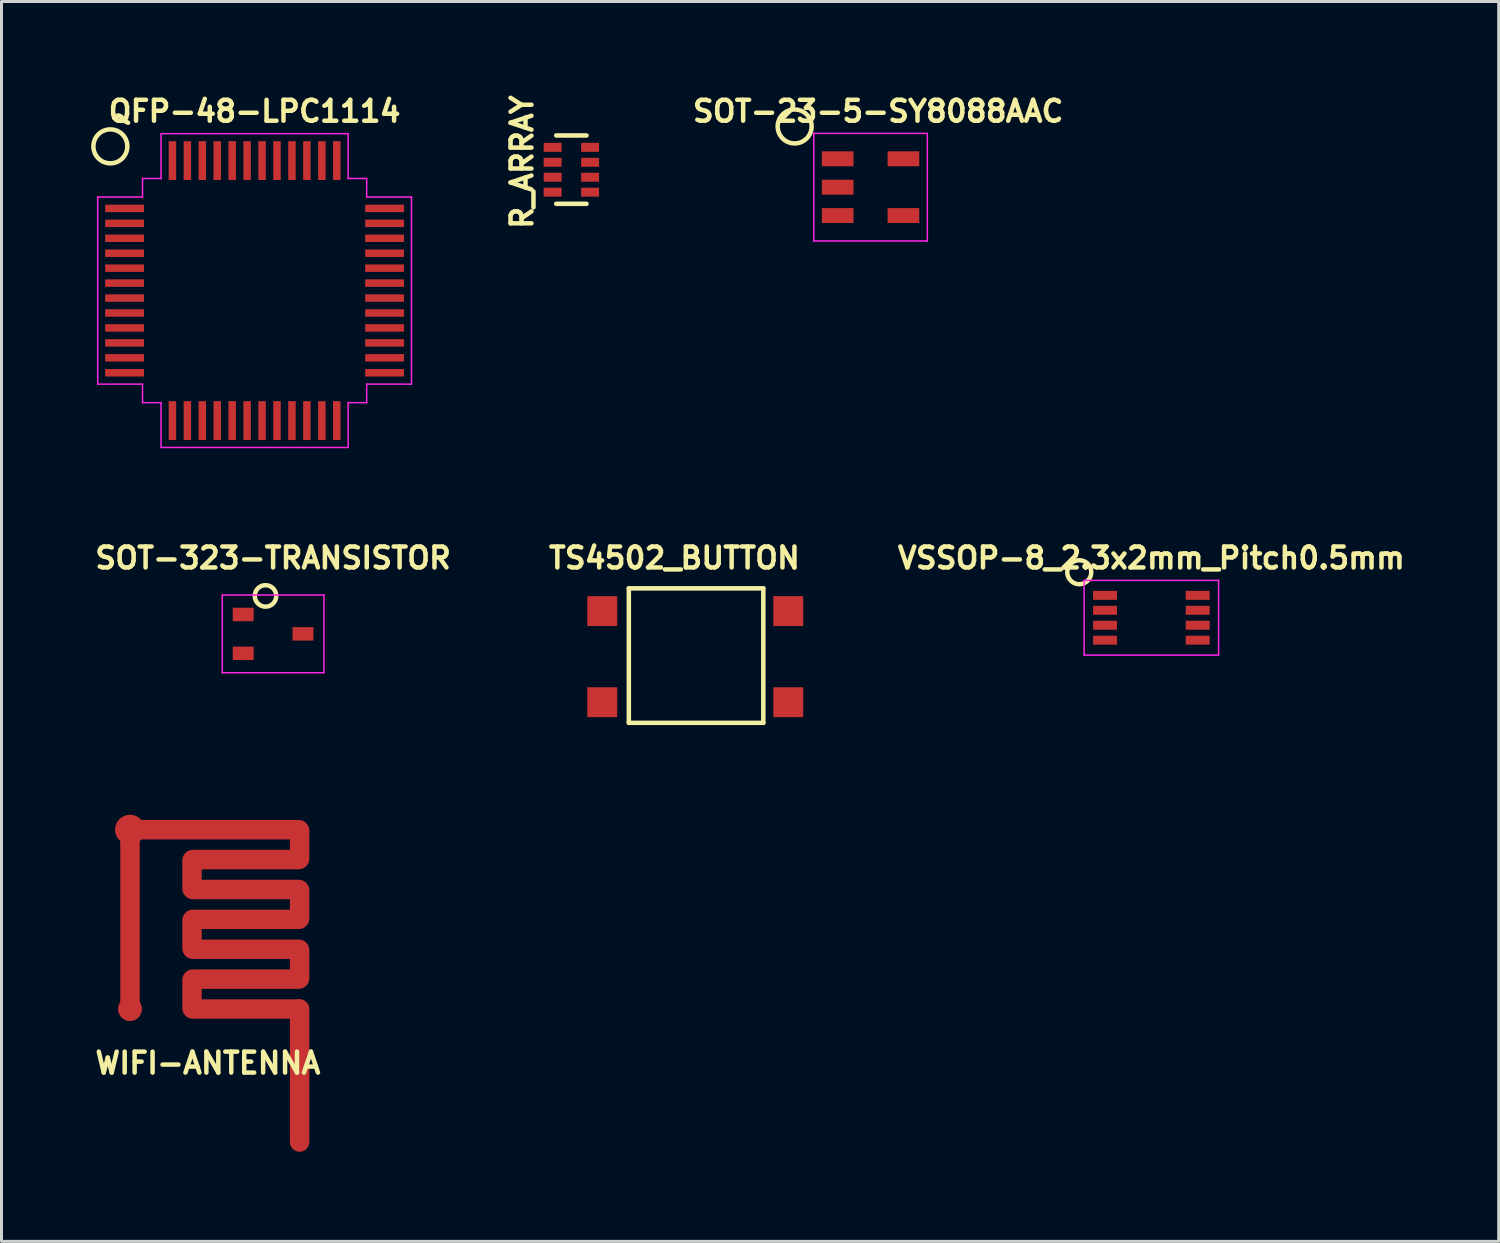
<source format=kicad_pcb>
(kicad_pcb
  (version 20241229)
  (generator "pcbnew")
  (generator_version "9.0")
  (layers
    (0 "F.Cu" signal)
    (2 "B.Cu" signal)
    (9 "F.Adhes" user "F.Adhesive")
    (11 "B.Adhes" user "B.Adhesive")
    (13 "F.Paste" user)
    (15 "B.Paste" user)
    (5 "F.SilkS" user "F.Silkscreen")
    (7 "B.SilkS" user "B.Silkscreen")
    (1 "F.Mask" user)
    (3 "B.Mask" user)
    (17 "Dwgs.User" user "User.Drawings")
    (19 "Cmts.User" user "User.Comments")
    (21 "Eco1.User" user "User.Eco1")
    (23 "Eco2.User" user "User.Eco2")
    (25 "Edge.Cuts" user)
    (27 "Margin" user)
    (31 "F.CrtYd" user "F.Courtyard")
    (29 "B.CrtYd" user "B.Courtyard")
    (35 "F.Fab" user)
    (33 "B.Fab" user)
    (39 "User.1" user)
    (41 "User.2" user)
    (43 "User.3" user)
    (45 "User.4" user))
  (footprint "QFP-48-LPC1114"
    (layer "F.Cu")
    (at 5.469 6.673)
    (property "Reference" "QFP-48-LPC1114" (at 0 -6 0) (layer "F.SilkS") (effects (font (size 0.7 0.7) (thickness 0.15))))
    (attr smd)
    (fp_circle (center -4.826 -4.826) (end -4.572 -4.318) (stroke (width 0.15) (type solid)) (fill no) (layer "F.SilkS"))
    (fp_line (start -5.25 -3.13) (end -5.25 3.13) (stroke (width 0.05) (type solid)) (layer "F.CrtYd"))
    (fp_line (start -3.75 -3.13) (end -5.25 -3.13) (stroke (width 0.05) (type solid)) (layer "F.CrtYd"))
    (fp_line (start -3.75 -3.13) (end -3.75 -3.75) (stroke (width 0.05) (type solid)) (layer "F.CrtYd"))
    (fp_line (start -3.75 3.13) (end -5.25 3.13) (stroke (width 0.05) (type solid)) (layer "F.CrtYd"))
    (fp_line (start -3.75 3.13) (end -3.75 3.75) (stroke (width 0.05) (type solid)) (layer "F.CrtYd"))
    (fp_line (start -3.13 -5.25) (end 3.13 -5.25) (stroke (width 0.05) (type solid)) (layer "F.CrtYd"))
    (fp_line (start -3.13 -3.75) (end -3.75 -3.75) (stroke (width 0.05) (type solid)) (layer "F.CrtYd"))
    (fp_line (start -3.13 -3.75) (end -3.13 -5.25) (stroke (width 0.05) (type solid)) (layer "F.CrtYd"))
    (fp_line (start -3.13 3.75) (end -3.75 3.75) (stroke (width 0.05) (type solid)) (layer "F.CrtYd"))
    (fp_line (start -3.13 3.75) (end -3.13 5.25) (stroke (width 0.05) (type solid)) (layer "F.CrtYd"))
    (fp_line (start -3.13 5.25) (end 3.13 5.25) (stroke (width 0.05) (type solid)) (layer "F.CrtYd"))
    (fp_line (start 3.13 -3.75) (end 3.13 -5.25) (stroke (width 0.05) (type solid)) (layer "F.CrtYd"))
    (fp_line (start 3.13 -3.75) (end 3.75 -3.75) (stroke (width 0.05) (type solid)) (layer "F.CrtYd"))
    (fp_line (start 3.13 3.75) (end 3.75 3.75) (stroke (width 0.05) (type solid)) (layer "F.CrtYd"))
    (fp_line (start 3.13 5.25) (end 3.13 3.75) (stroke (width 0.05) (type solid)) (layer "F.CrtYd"))
    (fp_line (start 3.75 -3.13) (end 3.75 -3.75) (stroke (width 0.05) (type solid)) (layer "F.CrtYd"))
    (fp_line (start 3.75 -3.13) (end 5.25 -3.13) (stroke (width 0.05) (type solid)) (layer "F.CrtYd"))
    (fp_line (start 3.75 3.13) (end 3.75 3.75) (stroke (width 0.05) (type solid)) (layer "F.CrtYd"))
    (fp_line (start 3.75 3.13) (end 5.25 3.13) (stroke (width 0.05) (type solid)) (layer "F.CrtYd"))
    (fp_line (start 5.25 -3.13) (end 5.25 3.13) (stroke (width 0.05) (type solid)) (layer "F.CrtYd"))
    (pad "1" smd rect (at -4.35 -2.75) (size 1.3 0.25) (layers "F.Cu" "F.Mask" "F.Paste"))
    (pad "2" smd rect (at -4.35 -2.25) (size 1.3 0.25) (layers "F.Cu" "F.Mask" "F.Paste"))
    (pad "3" smd rect (at -4.35 -1.75) (size 1.3 0.25) (layers "F.Cu" "F.Mask" "F.Paste"))
    (pad "4" smd rect (at -4.35 -1.25) (size 1.3 0.25) (layers "F.Cu" "F.Mask" "F.Paste"))
    (pad "5" smd rect (at -4.35 -0.75) (size 1.3 0.25) (layers "F.Cu" "F.Mask" "F.Paste"))
    (pad "6" smd rect (at -4.35 -0.25) (size 1.3 0.25) (layers "F.Cu" "F.Mask" "F.Paste"))
    (pad "7" smd rect (at -4.35 0.25) (size 1.3 0.25) (layers "F.Cu" "F.Mask" "F.Paste"))
    (pad "8" smd rect (at -4.35 0.75) (size 1.3 0.25) (layers "F.Cu" "F.Mask" "F.Paste"))
    (pad "9" smd rect (at -4.35 1.25) (size 1.3 0.25) (layers "F.Cu" "F.Mask" "F.Paste"))
    (pad "10" smd rect (at -4.35 1.75) (size 1.3 0.25) (layers "F.Cu" "F.Mask" "F.Paste"))
    (pad "11" smd rect (at -4.35 2.25) (size 1.3 0.25) (layers "F.Cu" "F.Mask" "F.Paste"))
    (pad "12" smd rect (at -4.35 2.75) (size 1.3 0.25) (layers "F.Cu" "F.Mask" "F.Paste"))
    (pad "13" smd rect (at -2.75 4.35 90) (size 1.3 0.25) (layers "F.Cu" "F.Mask" "F.Paste"))
    (pad "14" smd rect (at -2.25 4.35 90) (size 1.3 0.25) (layers "F.Cu" "F.Mask" "F.Paste"))
    (pad "15" smd rect (at -1.75 4.35 90) (size 1.3 0.25) (layers "F.Cu" "F.Mask" "F.Paste"))
    (pad "16" smd rect (at -1.25 4.35 90) (size 1.3 0.25) (layers "F.Cu" "F.Mask" "F.Paste"))
    (pad "17" smd rect (at -0.75 4.35 90) (size 1.3 0.25) (layers "F.Cu" "F.Mask" "F.Paste"))
    (pad "18" smd rect (at -0.25 4.35 90) (size 1.3 0.25) (layers "F.Cu" "F.Mask" "F.Paste"))
    (pad "19" smd rect (at 0.25 4.35 90) (size 1.3 0.25) (layers "F.Cu" "F.Mask" "F.Paste"))
    (pad "20" smd rect (at 0.75 4.35 90) (size 1.3 0.25) (layers "F.Cu" "F.Mask" "F.Paste"))
    (pad "21" smd rect (at 1.25 4.35 90) (size 1.3 0.25) (layers "F.Cu" "F.Mask" "F.Paste"))
    (pad "22" smd rect (at 1.75 4.35 90) (size 1.3 0.25) (layers "F.Cu" "F.Mask" "F.Paste"))
    (pad "23" smd rect (at 2.25 4.35 90) (size 1.3 0.25) (layers "F.Cu" "F.Mask" "F.Paste"))
    (pad "24" smd rect (at 2.75 4.35 90) (size 1.3 0.25) (layers "F.Cu" "F.Mask" "F.Paste"))
    (pad "25" smd rect (at 4.35 2.75) (size 1.3 0.25) (layers "F.Cu" "F.Mask" "F.Paste"))
    (pad "26" smd rect (at 4.35 2.25) (size 1.3 0.25) (layers "F.Cu" "F.Mask" "F.Paste"))
    (pad "27" smd rect (at 4.35 1.75) (size 1.3 0.25) (layers "F.Cu" "F.Mask" "F.Paste"))
    (pad "28" smd rect (at 4.35 1.25) (size 1.3 0.25) (layers "F.Cu" "F.Mask" "F.Paste"))
    (pad "29" smd rect (at 4.35 0.75) (size 1.3 0.25) (layers "F.Cu" "F.Mask" "F.Paste"))
    (pad "30" smd rect (at 4.35 0.25) (size 1.3 0.25) (layers "F.Cu" "F.Mask" "F.Paste"))
    (pad "31" smd rect (at 4.35 -0.25) (size 1.3 0.25) (layers "F.Cu" "F.Mask" "F.Paste"))
    (pad "32" smd rect (at 4.35 -0.75) (size 1.3 0.25) (layers "F.Cu" "F.Mask" "F.Paste"))
    (pad "33" smd rect (at 4.35 -1.25) (size 1.3 0.25) (layers "F.Cu" "F.Mask" "F.Paste"))
    (pad "34" smd rect (at 4.35 -1.75) (size 1.3 0.25) (layers "F.Cu" "F.Mask" "F.Paste"))
    (pad "35" smd rect (at 4.35 -2.25) (size 1.3 0.25) (layers "F.Cu" "F.Mask" "F.Paste"))
    (pad "36" smd rect (at 4.35 -2.75) (size 1.3 0.25) (layers "F.Cu" "F.Mask" "F.Paste"))
    (pad "37" smd rect (at 2.75 -4.35 90) (size 1.3 0.25) (layers "F.Cu" "F.Mask" "F.Paste"))
    (pad "38" smd rect (at 2.25 -4.35 90) (size 1.3 0.25) (layers "F.Cu" "F.Mask" "F.Paste"))
    (pad "39" smd rect (at 1.75 -4.35 90) (size 1.3 0.25) (layers "F.Cu" "F.Mask" "F.Paste"))
    (pad "40" smd rect (at 1.25 -4.35 90) (size 1.3 0.25) (layers "F.Cu" "F.Mask" "F.Paste"))
    (pad "41" smd rect (at 0.75 -4.35 90) (size 1.3 0.25) (layers "F.Cu" "F.Mask" "F.Paste"))
    (pad "42" smd rect (at 0.25 -4.35 90) (size 1.3 0.25) (layers "F.Cu" "F.Mask" "F.Paste"))
    (pad "43" smd rect (at -0.25 -4.35 90) (size 1.3 0.25) (layers "F.Cu" "F.Mask" "F.Paste"))
    (pad "44" smd rect (at -0.75 -4.35 90) (size 1.3 0.25) (layers "F.Cu" "F.Mask" "F.Paste"))
    (pad "45" smd rect (at -1.25 -4.35 90) (size 1.3 0.25) (layers "F.Cu" "F.Mask" "F.Paste"))
    (pad "46" smd rect (at -1.75 -4.35 90) (size 1.3 0.25) (layers "F.Cu" "F.Mask" "F.Paste"))
    (pad "47" smd rect (at -2.25 -4.35 90) (size 1.3 0.25) (layers "F.Cu" "F.Mask" "F.Paste"))
    (pad "48" smd rect (at -2.75 -4.35 90) (size 1.3 0.25) (layers "F.Cu" "F.Mask" "F.Paste")))
  (footprint "WIFI-ANTENNA"
    (layer "F.Cu")
    (at 5.175 28.712)
    (property "Reference" "WIFI-ANTENNA" (at -1.27 3.81 0) (layer "F.SilkS") (effects (font (size 0.7 0.7) (thickness 0.15))))
    (attr through_hole)
    (pad "" smd oval (at -3.875 -0.95) (size 0.65 6.7) (layers "F.Cu" "F.Mask" "F.Paste"))
    (pad "" smd oval (at -1.8 -2.5) (size 0.65 1.6) (layers "F.Cu" "F.Mask" "F.Paste"))
    (pad "" smd oval (at -1.8 -0.5) (size 0.65 1.6) (layers "F.Cu" "F.Mask" "F.Paste"))
    (pad "" smd oval (at -1.8 1.5) (size 0.65 1.6) (layers "F.Cu" "F.Mask" "F.Paste"))
    (pad "" smd oval (at -1.05 -4) (size 6.3 0.65) (layers "F.Cu" "F.Mask" "F.Paste"))
    (pad "" smd oval (at 0 -3) (size 4.2 0.65) (layers "F.Cu" "F.Mask" "F.Paste"))
    (pad "" smd oval (at 0 -2) (size 4.2 0.65) (layers "F.Cu" "F.Mask" "F.Paste"))
    (pad "" smd oval (at 0 -1) (size 4.2 0.65) (layers "F.Cu" "F.Mask" "F.Paste"))
    (pad "" smd oval (at 0 0) (size 4.2 0.65) (layers "F.Cu" "F.Mask" "F.Paste"))
    (pad "" smd oval (at 0 1) (size 4.2 0.65) (layers "F.Cu" "F.Mask" "F.Paste"))
    (pad "" smd oval (at 0 2) (size 4.2 0.65) (layers "F.Cu" "F.Mask" "F.Paste"))
    (pad "" smd oval (at 1.8 -3.5) (size 0.65 1.6) (layers "F.Cu" "F.Mask" "F.Paste"))
    (pad "" smd oval (at 1.8 -1.5) (size 0.65 1.6) (layers "F.Cu" "F.Mask" "F.Paste"))
    (pad "" smd oval (at 1.8 0.5) (size 0.65 1.6) (layers "F.Cu" "F.Mask" "F.Paste"))
    (pad "" smd oval (at 1.8 4.225) (size 0.65 5.1) (layers "F.Cu" "F.Mask" "F.Paste"))
    (pad "1" smd oval (at -3.875 -4) (size 1 1) (layers "F.Cu" "F.Mask" "F.Paste"))
    (pad "2" smd oval (at -3.875 2) (size 0.8 0.8) (layers "F.Cu" "F.Mask" "F.Paste")))
  (footprint "SOT-323-TRANSISTOR"
    (layer "F.Cu")
    (at 6.088 18.16)
    (property "Reference" "SOT-323-TRANSISTOR" (at 0 -2.54 0) (layer "F.SilkS") (effects (font (size 0.7 0.7) (thickness 0.15))))
    (attr smd)
    (fp_circle (center -0.254 -1.27) (end 0 -1.016) (stroke (width 0.15) (type solid)) (fill no) (layer "F.SilkS"))
    (fp_line (start -1.7 -1.3) (end 1.7 -1.3) (stroke (width 0.05) (type solid)) (layer "F.CrtYd"))
    (fp_line (start -1.7 1.3) (end -1.7 -1.3) (stroke (width 0.05) (type solid)) (layer "F.CrtYd"))
    (fp_line (start 1.7 -1.3) (end 1.7 1.3) (stroke (width 0.05) (type solid)) (layer "F.CrtYd"))
    (fp_line (start 1.7 1.3) (end -1.7 1.3) (stroke (width 0.05) (type solid)) (layer "F.CrtYd"))
    (pad "1" smd rect (at -1 -0.65 270) (size 0.45 0.7) (layers "F.Cu" "F.Mask" "F.Paste"))
    (pad "2" smd rect (at -1 0.65 270) (size 0.45 0.7) (layers "F.Cu" "F.Mask" "F.Paste"))
    (pad "3" smd rect (at 1 0 270) (size 0.45 0.7) (layers "F.Cu" "F.Mask" "F.Paste")))
  (footprint "R_ARRAY"
    (layer "F.Cu")
    (at 16.068 2.626)
    (property "Reference" "R_ARRAY" (at -1.651 -0.254 90) (layer "F.SilkS") (effects (font (size 0.7 0.7) (thickness 0.15))))
    (attr through_hole)
    (fp_line (start -0.508 -1.143) (end 0.508 -1.143) (stroke (width 0.15) (type solid)) (layer "F.SilkS"))
    (fp_line (start -0.508 1.143) (end 0.508 1.143) (stroke (width 0.15) (type solid)) (layer "F.SilkS"))
    (pad "1" smd rect (at -0.627 -0.746) (size 0.6 0.3) (layers "F.Cu" "F.Mask" "F.Paste"))
    (pad "2" smd rect (at -0.627 -0.246) (size 0.6 0.3) (layers "F.Cu" "F.Mask" "F.Paste"))
    (pad "3" smd rect (at -0.627 0.254) (size 0.6 0.3) (layers "F.Cu" "F.Mask" "F.Paste"))
    (pad "4" smd rect (at -0.627 0.754) (size 0.6 0.3) (layers "F.Cu" "F.Mask" "F.Paste"))
    (pad "5" smd rect (at 0.627 0.754) (size 0.6 0.3) (layers "F.Cu" "F.Mask" "F.Paste"))
    (pad "6" smd rect (at 0.627 0.254) (size 0.6 0.3) (layers "F.Cu" "F.Mask" "F.Paste"))
    (pad "7" smd rect (at 0.627 -0.246) (size 0.6 0.3) (layers "F.Cu" "F.Mask" "F.Paste"))
    (pad "8" smd rect (at 0.627 -0.746) (size 0.6 0.3) (layers "F.Cu" "F.Mask" "F.Paste")))
  (footprint "TS4502_BUTTON"
    (layer "F.Cu")
    (at 20.277 18.922)
    (property "Reference" "TS4502_BUTTON" (at -0.762 -3.302 0) (layer "F.SilkS") (effects (font (size 0.7 0.7) (thickness 0.15))))
    (attr through_hole)
    (fp_line (start -2.286 -2.286) (end 2.214 -2.286) (stroke (width 0.15) (type solid)) (layer "F.SilkS"))
    (fp_line (start -2.286 2.214) (end -2.286 -2.286) (stroke (width 0.15) (type solid)) (layer "F.SilkS"))
    (fp_line (start 2.214 -2.286) (end 2.214 2.214) (stroke (width 0.15) (type solid)) (layer "F.SilkS"))
    (fp_line (start 2.214 2.214) (end -2.286 2.214) (stroke (width 0.15) (type solid)) (layer "F.SilkS"))
    (pad "1" smd rect (at -3.175 -1.524) (size 1 1) (layers "F.Cu" "F.Mask" "F.Paste"))
    (pad "1" smd rect (at 3.048 -1.524) (size 1 1) (layers "F.Cu" "F.Mask" "F.Paste"))
    (pad "2" smd rect (at -3.175 1.524) (size 1 1) (layers "F.Cu" "F.Mask" "F.Paste"))
    (pad "2" smd rect (at 3.048 1.524) (size 1 1) (layers "F.Cu" "F.Mask" "F.Paste")))
  (footprint "VSSOP-8_2.3x2mm_Pitch0.5mm"
    (layer "F.Cu")
    (at 35.475 17.62)
    (property "Reference" "VSSOP-8_2.3x2mm_Pitch0.5mm" (at 0 -2 0) (layer "F.SilkS") (effects (font (size 0.7 0.7) (thickness 0.15))))
    (attr smd)
    (fp_circle (center -2.413 -1.524) (end -2.032 -1.397) (stroke (width 0.15) (type solid)) (fill no) (layer "F.SilkS"))
    (fp_line (start -2.25 -1.25) (end 2.25 -1.25) (stroke (width 0.05) (type solid)) (layer "F.CrtYd"))
    (fp_line (start -2.25 1.25) (end -2.25 -1.25) (stroke (width 0.05) (type solid)) (layer "F.CrtYd"))
    (fp_line (start 2.25 -1.25) (end 2.25 1.25) (stroke (width 0.05) (type solid)) (layer "F.CrtYd"))
    (fp_line (start 2.25 1.25) (end -2.25 1.25) (stroke (width 0.05) (type solid)) (layer "F.CrtYd"))
    (pad "1" smd rect (at -1.55 -0.75 270) (size 0.3 0.8) (layers "F.Cu" "F.Mask" "F.Paste"))
    (pad "2" smd rect (at -1.55 -0.25 270) (size 0.3 0.8) (layers "F.Cu" "F.Mask" "F.Paste"))
    (pad "3" smd rect (at -1.55 0.25 270) (size 0.3 0.8) (layers "F.Cu" "F.Mask" "F.Paste"))
    (pad "4" smd rect (at -1.55 0.75 270) (size 0.3 0.8) (layers "F.Cu" "F.Mask" "F.Paste"))
    (pad "5" smd rect (at 1.55 0.75 270) (size 0.3 0.8) (layers "F.Cu" "F.Mask" "F.Paste"))
    (pad "6" smd rect (at 1.55 0.25 270) (size 0.3 0.8) (layers "F.Cu" "F.Mask" "F.Paste"))
    (pad "7" smd rect (at 1.55 -0.25 270) (size 0.3 0.8) (layers "F.Cu" "F.Mask" "F.Paste"))
    (pad "8" smd rect (at 1.55 -0.75 270) (size 0.3 0.8) (layers "F.Cu" "F.Mask" "F.Paste")))
  (footprint "SOT-23-5-SY8088AAC"
    (layer "F.Cu")
    (at 26.079 3.213)
    (property "Reference" "SOT-23-5-SY8088AAC" (at 0.254 -2.54 0) (layer "F.SilkS") (effects (font (size 0.7 0.7) (thickness 0.15))))
    (attr smd)
    (fp_circle (center -2.54 -2.032) (end -2.032 -1.778) (stroke (width 0.15) (type solid)) (fill no) (layer "F.SilkS"))
    (fp_line (start -1.9 -1.8) (end 1.9 -1.8) (stroke (width 0.05) (type solid)) (layer "F.CrtYd"))
    (fp_line (start -1.9 1.8) (end -1.9 -1.8) (stroke (width 0.05) (type solid)) (layer "F.CrtYd"))
    (fp_line (start 1.9 -1.8) (end 1.9 1.8) (stroke (width 0.05) (type solid)) (layer "F.CrtYd"))
    (fp_line (start 1.9 1.8) (end -1.9 1.8) (stroke (width 0.05) (type solid)) (layer "F.CrtYd"))
    (pad "1" smd rect (at -1.1 -0.95) (size 1.06 0.5) (layers "F.Cu" "F.Mask" "F.Paste"))
    (pad "2" smd rect (at -1.1 0) (size 1.06 0.5) (layers "F.Cu" "F.Mask" "F.Paste"))
    (pad "3" smd rect (at -1.1 0.95) (size 1.06 0.5) (layers "F.Cu" "F.Mask" "F.Paste"))
    (pad "4" smd rect (at 1.1 0.95) (size 1.06 0.5) (layers "F.Cu" "F.Mask" "F.Paste"))
    (pad "5" smd rect (at 1.1 -0.95) (size 1.06 0.5) (layers "F.Cu" "F.Mask" "F.Paste")))
  (gr_rect
    (start -3 -3)
    (end 47.097 38.486)
    (stroke (width 0.1) (type default))
    (fill no)
    (layer "Edge.Cuts")))
</source>
